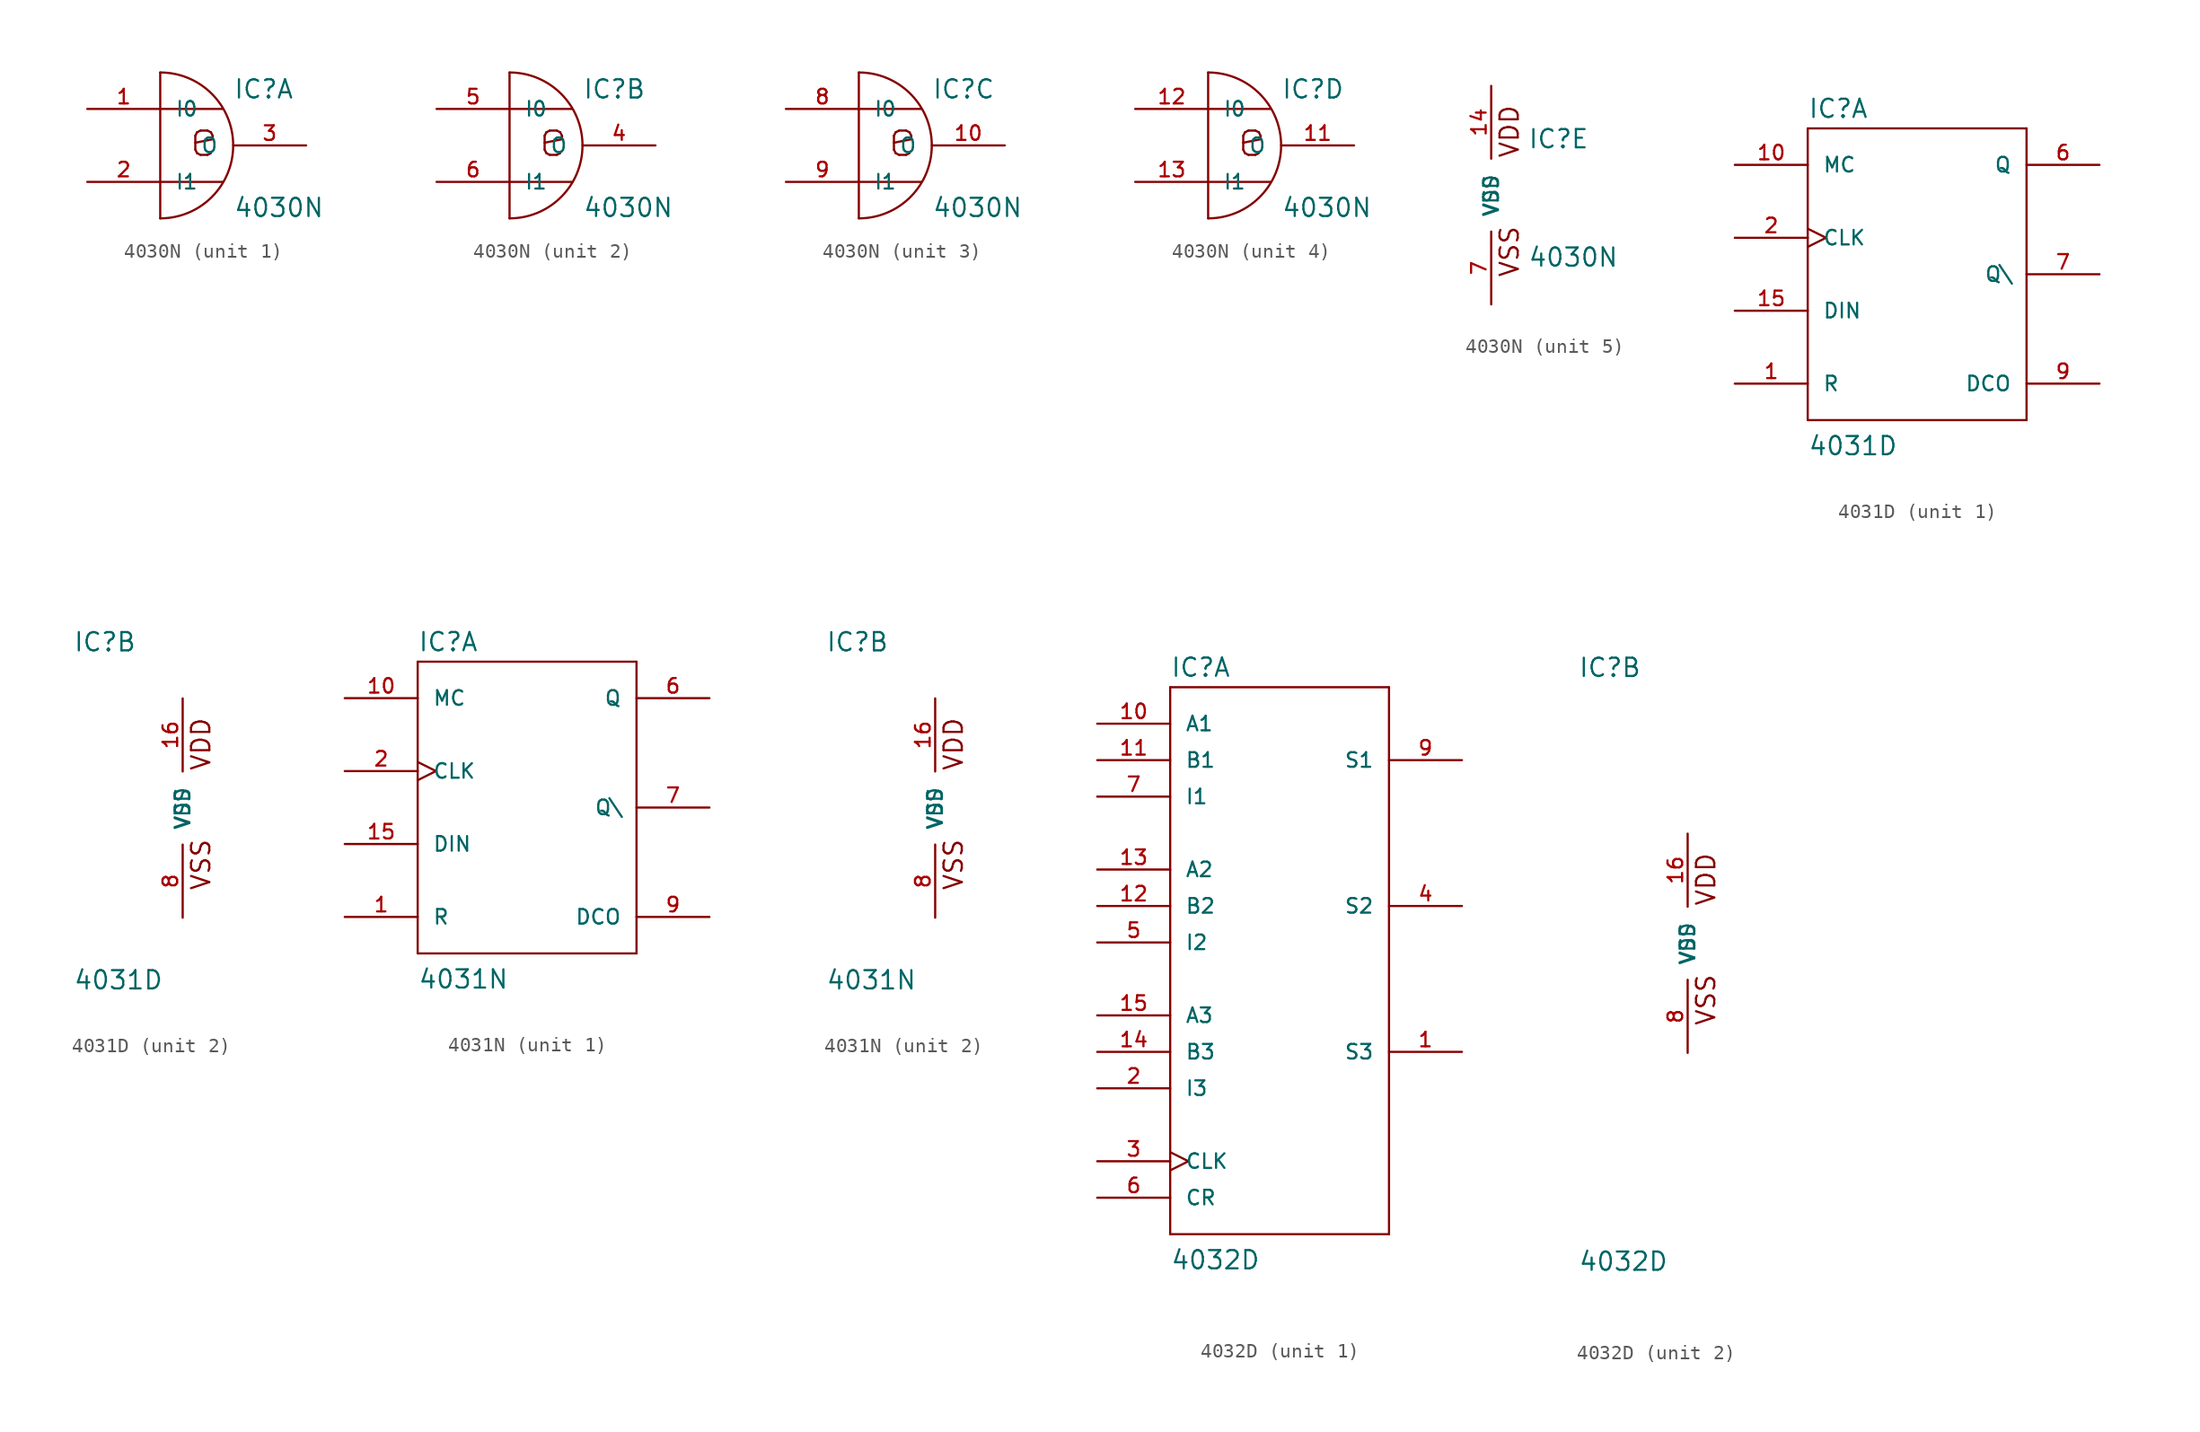
<source format=kicad_sym>
(kicad_symbol_lib
  (version 20211014)
  (generator kicad_symbol_editor)
  (symbol "4030N"
    (pin_names
      (offset 1.016))
    (property "Reference" "IC"
      (at 2.54 3.175 0)
      (effects (font (size 1.27 1.27)) (justify left bottom)))
    (property "Value" "4030N"
      (at 2.54 -5.08 0)
      (effects (font (size 1.27 1.27)) (justify left bottom)))
    (property "ki_locked" ""
      (at 0 0 0)
      (effects (font (size 1.27 1.27))))
    (symbol "4030N_1_0"
      (polyline (pts (xy -2.54 -5.08) (xy -2.54 5.08)) (stroke (width 0) (type default) (color 0 0 0 0)) (fill (type none)))
      (polyline (pts (xy -2.54 -2.54) (xy 1.778 -2.54)) (stroke (width 0) (type default) (color 0 0 0 0)) (fill (type none)))
      (polyline (pts (xy -2.54 2.54) (xy 1.778 2.54)) (stroke (width 0) (type default) (color 0 0 0 0)) (fill (type none)))
      (text "e" (at 0.508 0.508 0) (effects (font (size 2.54 2.54)))))
    (symbol "4030N_1_1"
      (arc (start -2.54 -5.08) (mid 2.54 0) (end -2.54 5.08) (stroke (width 0) (type default) (color 0 0 0 0)) (fill (type none)))
      (pin input line (at -7.62 2.54 0) (length 5.08) (name "I0" (effects (font (size 1.016 1.016)))) (number "1" (effects (font (size 1.016 1.016)))))
      (pin input line (at -7.62 -2.54 0) (length 5.08) (name "I1" (effects (font (size 1.016 1.016)))) (number "2" (effects (font (size 1.016 1.016)))))
      (pin output line (at 7.62 0 180) (length 5.08) (name "O" (effects (font (size 1.016 1.016)))) (number "3" (effects (font (size 1.016 1.016))))))
    (symbol "4030N_2_0"
      (polyline (pts (xy -2.54 -5.08) (xy -2.54 5.08)) (stroke (width 0) (type default) (color 0 0 0 0)) (fill (type none)))
      (polyline (pts (xy -2.54 -2.54) (xy 1.778 -2.54)) (stroke (width 0) (type default) (color 0 0 0 0)) (fill (type none)))
      (polyline (pts (xy -2.54 2.54) (xy 1.778 2.54)) (stroke (width 0) (type default) (color 0 0 0 0)) (fill (type none)))
      (text "e" (at 0.508 0.508 0) (effects (font (size 2.54 2.54)))))
    (symbol "4030N_2_1"
      (arc (start -2.54 -5.08) (mid 2.54 0) (end -2.54 5.08) (stroke (width 0) (type default) (color 0 0 0 0)) (fill (type none)))
      (pin output line (at 7.62 0 180) (length 5.08) (name "O" (effects (font (size 1.016 1.016)))) (number "4" (effects (font (size 1.016 1.016)))))
      (pin input line (at -7.62 2.54 0) (length 5.08) (name "I0" (effects (font (size 1.016 1.016)))) (number "5" (effects (font (size 1.016 1.016)))))
      (pin input line (at -7.62 -2.54 0) (length 5.08) (name "I1" (effects (font (size 1.016 1.016)))) (number "6" (effects (font (size 1.016 1.016))))))
    (symbol "4030N_3_0"
      (polyline (pts (xy -2.54 -5.08) (xy -2.54 5.08)) (stroke (width 0) (type default) (color 0 0 0 0)) (fill (type none)))
      (polyline (pts (xy -2.54 -2.54) (xy 1.778 -2.54)) (stroke (width 0) (type default) (color 0 0 0 0)) (fill (type none)))
      (polyline (pts (xy -2.54 2.54) (xy 1.778 2.54)) (stroke (width 0) (type default) (color 0 0 0 0)) (fill (type none)))
      (text "e" (at 0.508 0.508 0) (effects (font (size 2.54 2.54)))))
    (symbol "4030N_3_1"
      (arc (start -2.54 -5.08) (mid 2.54 0) (end -2.54 5.08) (stroke (width 0) (type default) (color 0 0 0 0)) (fill (type none)))
      (pin output line (at 7.62 0 180) (length 5.08) (name "O" (effects (font (size 1.016 1.016)))) (number "10" (effects (font (size 1.016 1.016)))))
      (pin input line (at -7.62 2.54 0) (length 5.08) (name "I0" (effects (font (size 1.016 1.016)))) (number "8" (effects (font (size 1.016 1.016)))))
      (pin input line (at -7.62 -2.54 0) (length 5.08) (name "I1" (effects (font (size 1.016 1.016)))) (number "9" (effects (font (size 1.016 1.016))))))
    (symbol "4030N_4_0"
      (polyline (pts (xy -2.54 -5.08) (xy -2.54 5.08)) (stroke (width 0) (type default) (color 0 0 0 0)) (fill (type none)))
      (polyline (pts (xy -2.54 -2.54) (xy 1.778 -2.54)) (stroke (width 0) (type default) (color 0 0 0 0)) (fill (type none)))
      (polyline (pts (xy -2.54 2.54) (xy 1.778 2.54)) (stroke (width 0) (type default) (color 0 0 0 0)) (fill (type none)))
      (text "e" (at 0.508 0.508 0) (effects (font (size 2.54 2.54)))))
    (symbol "4030N_4_1"
      (arc (start -2.54 -5.08) (mid 2.54 0) (end -2.54 5.08) (stroke (width 0) (type default) (color 0 0 0 0)) (fill (type none)))
      (pin output line (at 7.62 0 180) (length 5.08) (name "O" (effects (font (size 1.016 1.016)))) (number "11" (effects (font (size 1.016 1.016)))))
      (pin input line (at -7.62 2.54 0) (length 5.08) (name "I0" (effects (font (size 1.016 1.016)))) (number "12" (effects (font (size 1.016 1.016)))))
      (pin input line (at -7.62 -2.54 0) (length 5.08) (name "I1" (effects (font (size 1.016 1.016)))) (number "13" (effects (font (size 1.016 1.016))))))
    (symbol "4030N_5_0"
      (text "VDD" (at 1.27 4.445 1) (effects (font (size 1.27 1.27))))
      (text "VSS" (at 1.27 -3.937 1) (effects (font (size 1.27 1.27)))))
    (symbol "4030N_5_1"
      (pin power_in line (at 0 7.62 270) (length 5.08) (name "VDD" (effects (font (size 1.016 1.016)))) (number "14" (effects (font (size 1.016 1.016)))))
      (pin power_in line (at 0 -7.62 90) (length 5.08) (name "VSS" (effects (font (size 1.016 1.016)))) (number "7" (effects (font (size 1.016 1.016)))))))
  (symbol "4031D"
    (pin_names
      (offset 1.016))
    (property "Reference" "IC"
      (at -7.62 10.795 0)
      (effects (font (size 1.27 1.27)) (justify left bottom)))
    (property "Value" "4031D"
      (at -7.62 -12.7 0)
      (effects (font (size 1.27 1.27)) (justify left bottom)))
    (property "ki_locked" ""
      (at 0 0 0)
      (effects (font (size 1.27 1.27))))
    (symbol "4031D_1_0"
      (polyline (pts (xy -7.62 -10.16) (xy 7.62 -10.16)) (stroke (width 0) (type default) (color 0 0 0 0)) (fill (type none)))
      (polyline (pts (xy -7.62 10.16) (xy -7.62 -10.16)) (stroke (width 0) (type default) (color 0 0 0 0)) (fill (type none)))
      (polyline (pts (xy 7.62 -10.16) (xy 7.62 10.16)) (stroke (width 0) (type default) (color 0 0 0 0)) (fill (type none)))
      (polyline (pts (xy 7.62 10.16) (xy -7.62 10.16)) (stroke (width 0) (type default) (color 0 0 0 0)) (fill (type none))))
    (symbol "4031D_1_1"
      (pin input line (at -12.7 -7.62 0) (length 5.08) (name "R" (effects (font (size 1.016 1.016)))) (number "1" (effects (font (size 1.016 1.016)))))
      (pin input line (at -12.7 7.62 0) (length 5.08) (name "MC" (effects (font (size 1.016 1.016)))) (number "10" (effects (font (size 1.016 1.016)))))
      (pin input line (at -12.7 -2.54 0) (length 5.08) (name "DIN" (effects (font (size 1.016 1.016)))) (number "15" (effects (font (size 1.016 1.016)))))
      (pin input clock (at -12.7 2.54 0) (length 5.08) (name "CLK" (effects (font (size 1.016 1.016)))) (number "2" (effects (font (size 1.016 1.016)))))
      (pin output line (at 12.7 7.62 180) (length 5.08) (name "Q" (effects (font (size 1.016 1.016)))) (number "6" (effects (font (size 1.016 1.016)))))
      (pin output line (at 12.7 0 180) (length 5.08) (name "Q\\" (effects (font (size 1.016 1.016)))) (number "7" (effects (font (size 1.016 1.016)))))
      (pin output line (at 12.7 -7.62 180) (length 5.08) (name "DCO" (effects (font (size 1.016 1.016)))) (number "9" (effects (font (size 1.016 1.016))))))
    (symbol "4031D_2_0"
      (text "VDD" (at 1.27 4.445 1) (effects (font (size 1.27 1.27))))
      (text "VSS" (at 1.27 -3.937 1) (effects (font (size 1.27 1.27)))))
    (symbol "4031D_2_1"
      (pin power_in line (at 0 7.62 270) (length 5.08) (name "VDD" (effects (font (size 1.016 1.016)))) (number "16" (effects (font (size 1.016 1.016)))))
      (pin power_in line (at 0 -7.62 90) (length 5.08) (name "VSS" (effects (font (size 1.016 1.016)))) (number "8" (effects (font (size 1.016 1.016)))))))
  (symbol "4031N"
    (pin_names
      (offset 1.016))
    (property "Reference" "IC"
      (at -7.62 10.795 0)
      (effects (font (size 1.27 1.27)) (justify left bottom)))
    (property "Value" "4031N"
      (at -7.62 -12.7 0)
      (effects (font (size 1.27 1.27)) (justify left bottom)))
    (property "ki_locked" ""
      (at 0 0 0)
      (effects (font (size 1.27 1.27))))
    (symbol "4031N_1_0"
      (polyline (pts (xy -7.62 -10.16) (xy 7.62 -10.16)) (stroke (width 0) (type default) (color 0 0 0 0)) (fill (type none)))
      (polyline (pts (xy -7.62 10.16) (xy -7.62 -10.16)) (stroke (width 0) (type default) (color 0 0 0 0)) (fill (type none)))
      (polyline (pts (xy 7.62 -10.16) (xy 7.62 10.16)) (stroke (width 0) (type default) (color 0 0 0 0)) (fill (type none)))
      (polyline (pts (xy 7.62 10.16) (xy -7.62 10.16)) (stroke (width 0) (type default) (color 0 0 0 0)) (fill (type none))))
    (symbol "4031N_1_1"
      (pin input line (at -12.7 -7.62 0) (length 5.08) (name "R" (effects (font (size 1.016 1.016)))) (number "1" (effects (font (size 1.016 1.016)))))
      (pin input line (at -12.7 7.62 0) (length 5.08) (name "MC" (effects (font (size 1.016 1.016)))) (number "10" (effects (font (size 1.016 1.016)))))
      (pin input line (at -12.7 -2.54 0) (length 5.08) (name "DIN" (effects (font (size 1.016 1.016)))) (number "15" (effects (font (size 1.016 1.016)))))
      (pin input clock (at -12.7 2.54 0) (length 5.08) (name "CLK" (effects (font (size 1.016 1.016)))) (number "2" (effects (font (size 1.016 1.016)))))
      (pin output line (at 12.7 7.62 180) (length 5.08) (name "Q" (effects (font (size 1.016 1.016)))) (number "6" (effects (font (size 1.016 1.016)))))
      (pin output line (at 12.7 0 180) (length 5.08) (name "Q\\" (effects (font (size 1.016 1.016)))) (number "7" (effects (font (size 1.016 1.016)))))
      (pin output line (at 12.7 -7.62 180) (length 5.08) (name "DCO" (effects (font (size 1.016 1.016)))) (number "9" (effects (font (size 1.016 1.016))))))
    (symbol "4031N_2_0"
      (text "VDD" (at 1.27 4.445 1) (effects (font (size 1.27 1.27))))
      (text "VSS" (at 1.27 -3.937 1) (effects (font (size 1.27 1.27)))))
    (symbol "4031N_2_1"
      (pin power_in line (at 0 7.62 270) (length 5.08) (name "VDD" (effects (font (size 1.016 1.016)))) (number "16" (effects (font (size 1.016 1.016)))))
      (pin power_in line (at 0 -7.62 90) (length 5.08) (name "VSS" (effects (font (size 1.016 1.016)))) (number "8" (effects (font (size 1.016 1.016)))))))
  (symbol "4032D"
    (pin_names
      (offset 1.016))
    (property "Reference" "IC"
      (at -7.62 18.415 0)
      (effects (font (size 1.27 1.27)) (justify left bottom)))
    (property "Value" "4032D"
      (at -7.62 -22.86 0)
      (effects (font (size 1.27 1.27)) (justify left bottom)))
    (property "ki_locked" ""
      (at 0 0 0)
      (effects (font (size 1.27 1.27))))
    (symbol "4032D_1_0"
      (polyline (pts (xy -7.62 -20.32) (xy 7.62 -20.32)) (stroke (width 0) (type default) (color 0 0 0 0)) (fill (type none)))
      (polyline (pts (xy -7.62 17.78) (xy -7.62 -20.32)) (stroke (width 0) (type default) (color 0 0 0 0)) (fill (type none)))
      (polyline (pts (xy 7.62 -20.32) (xy 7.62 17.78)) (stroke (width 0) (type default) (color 0 0 0 0)) (fill (type none)))
      (polyline (pts (xy 7.62 17.78) (xy -7.62 17.78)) (stroke (width 0) (type default) (color 0 0 0 0)) (fill (type none))))
    (symbol "4032D_1_1"
      (pin output line (at 12.7 -7.62 180) (length 5.08) (name "S3" (effects (font (size 1.016 1.016)))) (number "1" (effects (font (size 1.016 1.016)))))
      (pin input line (at -12.7 15.24 0) (length 5.08) (name "A1" (effects (font (size 1.016 1.016)))) (number "10" (effects (font (size 1.016 1.016)))))
      (pin input line (at -12.7 12.7 0) (length 5.08) (name "B1" (effects (font (size 1.016 1.016)))) (number "11" (effects (font (size 1.016 1.016)))))
      (pin input line (at -12.7 2.54 0) (length 5.08) (name "B2" (effects (font (size 1.016 1.016)))) (number "12" (effects (font (size 1.016 1.016)))))
      (pin input line (at -12.7 5.08 0) (length 5.08) (name "A2" (effects (font (size 1.016 1.016)))) (number "13" (effects (font (size 1.016 1.016)))))
      (pin input line (at -12.7 -7.62 0) (length 5.08) (name "B3" (effects (font (size 1.016 1.016)))) (number "14" (effects (font (size 1.016 1.016)))))
      (pin input line (at -12.7 -5.08 0) (length 5.08) (name "A3" (effects (font (size 1.016 1.016)))) (number "15" (effects (font (size 1.016 1.016)))))
      (pin input line (at -12.7 -10.16 0) (length 5.08) (name "I3" (effects (font (size 1.016 1.016)))) (number "2" (effects (font (size 1.016 1.016)))))
      (pin input clock (at -12.7 -15.24 0) (length 5.08) (name "CLK" (effects (font (size 1.016 1.016)))) (number "3" (effects (font (size 1.016 1.016)))))
      (pin output line (at 12.7 2.54 180) (length 5.08) (name "S2" (effects (font (size 1.016 1.016)))) (number "4" (effects (font (size 1.016 1.016)))))
      (pin input line (at -12.7 0 0) (length 5.08) (name "I2" (effects (font (size 1.016 1.016)))) (number "5" (effects (font (size 1.016 1.016)))))
      (pin input line (at -12.7 -17.78 0) (length 5.08) (name "CR" (effects (font (size 1.016 1.016)))) (number "6" (effects (font (size 1.016 1.016)))))
      (pin input line (at -12.7 10.16 0) (length 5.08) (name "I1" (effects (font (size 1.016 1.016)))) (number "7" (effects (font (size 1.016 1.016)))))
      (pin output line (at 12.7 12.7 180) (length 5.08) (name "S1" (effects (font (size 1.016 1.016)))) (number "9" (effects (font (size 1.016 1.016))))))
    (symbol "4032D_2_0"
      (text "VDD" (at 1.27 4.445 1) (effects (font (size 1.27 1.27))))
      (text "VSS" (at 1.27 -3.937 1) (effects (font (size 1.27 1.27)))))
    (symbol "4032D_2_1"
      (pin power_in line (at 0 7.62 270) (length 5.08) (name "VDD" (effects (font (size 1.016 1.016)))) (number "16" (effects (font (size 1.016 1.016)))))
      (pin power_in line (at 0 -7.62 90) (length 5.08) (name "VSS" (effects (font (size 1.016 1.016)))) (number "8" (effects (font (size 1.016 1.016))))))))
</source>
